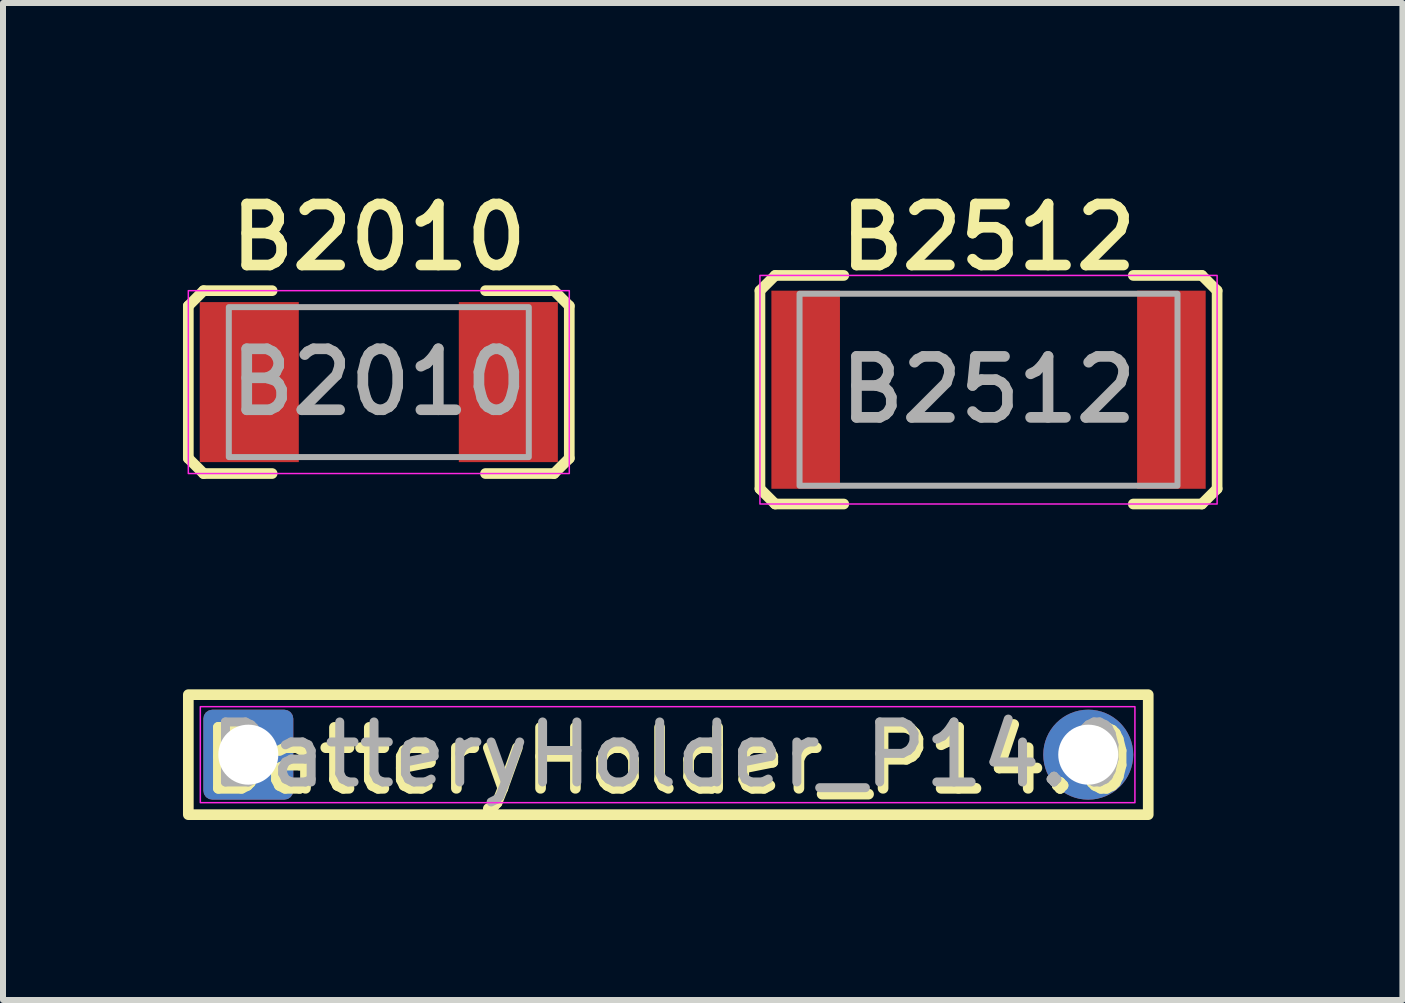
<source format=kicad_pcb>
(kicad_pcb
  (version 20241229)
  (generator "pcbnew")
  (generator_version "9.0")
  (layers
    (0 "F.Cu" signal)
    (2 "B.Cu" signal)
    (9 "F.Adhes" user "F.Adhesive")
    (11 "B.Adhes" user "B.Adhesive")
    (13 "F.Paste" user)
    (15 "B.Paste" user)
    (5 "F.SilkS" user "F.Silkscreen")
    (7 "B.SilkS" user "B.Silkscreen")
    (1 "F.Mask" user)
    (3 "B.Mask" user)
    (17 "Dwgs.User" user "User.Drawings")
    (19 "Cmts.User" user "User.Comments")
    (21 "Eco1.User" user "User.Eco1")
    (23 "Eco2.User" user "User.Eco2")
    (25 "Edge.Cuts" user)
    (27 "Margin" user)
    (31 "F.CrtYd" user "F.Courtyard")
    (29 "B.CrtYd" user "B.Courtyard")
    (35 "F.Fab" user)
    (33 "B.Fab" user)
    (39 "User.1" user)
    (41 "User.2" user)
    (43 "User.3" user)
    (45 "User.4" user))
  (footprint "B2512"
    (layer "F.Cu")
    (at 13.427 3.446)
    (property "Reference" "B2512" (at 0 -2.54 0) (unlocked yes) (layer "F.SilkS") (effects (font (size 1.016 1.016) (thickness 0.178))))
    (attr smd)
    (fp_line (start -3.81 -1.651) (end -3.556 -1.905) (stroke (width 0.178) (type solid)) (layer "F.SilkS"))
    (fp_line (start -3.81 1.651) (end -3.81 -1.651) (stroke (width 0.178) (type solid)) (layer "F.SilkS"))
    (fp_line (start -3.556 -1.905) (end -2.413 -1.905) (stroke (width 0.178) (type solid)) (layer "F.SilkS"))
    (fp_line (start -3.556 1.905) (end -2.413 1.905) (stroke (width 0.178) (type solid)) (layer "F.SilkS"))
    (fp_line (start -3.556 1.905) (end -3.81 1.651) (stroke (width 0.178) (type solid)) (layer "F.SilkS"))
    (fp_line (start 2.413 -1.905) (end 3.556 -1.905) (stroke (width 0.178) (type solid)) (layer "F.SilkS"))
    (fp_line (start 2.413 1.905) (end 3.556 1.905) (stroke (width 0.178) (type solid)) (layer "F.SilkS"))
    (fp_line (start 3.556 -1.905) (end 3.81 -1.651) (stroke (width 0.178) (type solid)) (layer "F.SilkS"))
    (fp_line (start 3.556 1.905) (end 3.81 1.651) (stroke (width 0.178) (type solid)) (layer "F.SilkS"))
    (fp_line (start 3.81 1.651) (end 3.81 -1.651) (stroke (width 0.178) (type solid)) (layer "F.SilkS"))
    (fp_rect (start -3.81 1.905) (end 3.81 -1.905) (stroke (width 0.025) (type solid)) (fill no) (layer "F.CrtYd"))
    (fp_rect (start -3.15 -1.6) (end 3.15 1.6) (stroke (width 0.1) (type solid)) (fill no) (layer "F.Fab"))
    (fp_text user "${REFERENCE}" (at 0 0 0) (unlocked yes) (layer "F.Fab") (effects (font (size 1.016 1.016) (thickness 0.178))))
    (pad "1" smd rect (at -3.048 0) (size 1.143 3.302) (layers "F.Cu" "F.Mask" "F.Paste"))
    (pad "2" smd rect (at 3.048 0) (size 1.143 3.302) (layers "F.Cu" "F.Mask" "F.Paste")))
  (footprint "B2010"
    (layer "F.Cu")
    (at 3.264 3.319)
    (property "Reference" "B2010" (at 0 -2.413 0) (unlocked yes) (layer "F.SilkS") (effects (font (size 1.016 1.016) (thickness 0.178))))
    (attr smd)
    (fp_line (start -3.175 -1.27) (end -2.921 -1.524) (stroke (width 0.178) (type solid)) (layer "F.SilkS"))
    (fp_line (start -3.175 1.27) (end -3.175 -1.27) (stroke (width 0.178) (type solid)) (layer "F.SilkS"))
    (fp_line (start -2.921 -1.524) (end -1.778 -1.524) (stroke (width 0.178) (type solid)) (layer "F.SilkS"))
    (fp_line (start -2.921 1.524) (end -3.175 1.27) (stroke (width 0.178) (type solid)) (layer "F.SilkS"))
    (fp_line (start -2.921 1.524) (end -1.778 1.524) (stroke (width 0.178) (type solid)) (layer "F.SilkS"))
    (fp_line (start 1.778 -1.524) (end 2.921 -1.524) (stroke (width 0.178) (type solid)) (layer "F.SilkS"))
    (fp_line (start 1.778 1.524) (end 2.921 1.524) (stroke (width 0.178) (type solid)) (layer "F.SilkS"))
    (fp_line (start 2.921 -1.524) (end 3.175 -1.27) (stroke (width 0.178) (type solid)) (layer "F.SilkS"))
    (fp_line (start 2.921 1.524) (end 3.175 1.27) (stroke (width 0.178) (type solid)) (layer "F.SilkS"))
    (fp_line (start 3.175 1.27) (end 3.175 -1.27) (stroke (width 0.178) (type solid)) (layer "F.SilkS"))
    (fp_rect (start -3.175 -1.524) (end 3.175 1.524) (stroke (width 0.025) (type solid)) (fill no) (layer "F.CrtYd"))
    (fp_rect (start -2.5 -1.25) (end 2.5 1.25) (stroke (width 0.1) (type solid)) (fill no) (layer "F.Fab"))
    (fp_text user "${REFERENCE}" (at 0 0 0) (unlocked yes) (layer "F.Fab") (effects (font (size 1.016 1.016) (thickness 0.178))))
    (pad "1" smd rect (at -2.159 0) (size 1.651 2.667) (layers "F.Cu" "F.Mask" "F.Paste"))
    (pad "2" smd rect (at 2.159 0) (size 1.651 2.667) (layers "F.Cu" "F.Mask" "F.Paste")))
  (footprint "BatteryHolder_P14.0"
    (layer "F.Cu")
    (at 8.089 9.529)
    (property "Reference" "BatteryHolder_P14.0" (at 0 0.1 0) (layer "F.SilkS") (effects (font (size 1.016 1.016) (thickness 0.178))))
    (attr through_hole)
    (fp_rect (start -8 1) (end 8 -1) (stroke (width 0.178) (type solid)) (fill no) (layer "F.SilkS"))
    (fp_rect (start -7.8 -0.8) (end 7.778 0.8) (stroke (width 0.025) (type solid)) (fill no) (layer "F.CrtYd"))
    (fp_text user "${REFERENCE}" (at 0 0 180) (layer "F.Fab") (effects (font (size 1 1) (thickness 0.15))))
    (pad "1" thru_hole roundrect (at -7 0) (size 1.5 1.5) (drill 1) (layers "*.Cu" "*.Mask") (roundrect_rratio 0.1))
    (pad "2" thru_hole oval (at 7 0) (size 1.5 1.5) (drill 1) (layers "*.Cu" "*.Mask")))
  (gr_rect
    (start -3 -3)
    (end 20.326 13.618)
    (stroke (width 0.1) (type default))
    (fill no)
    (layer "Edge.Cuts")))
</source>
